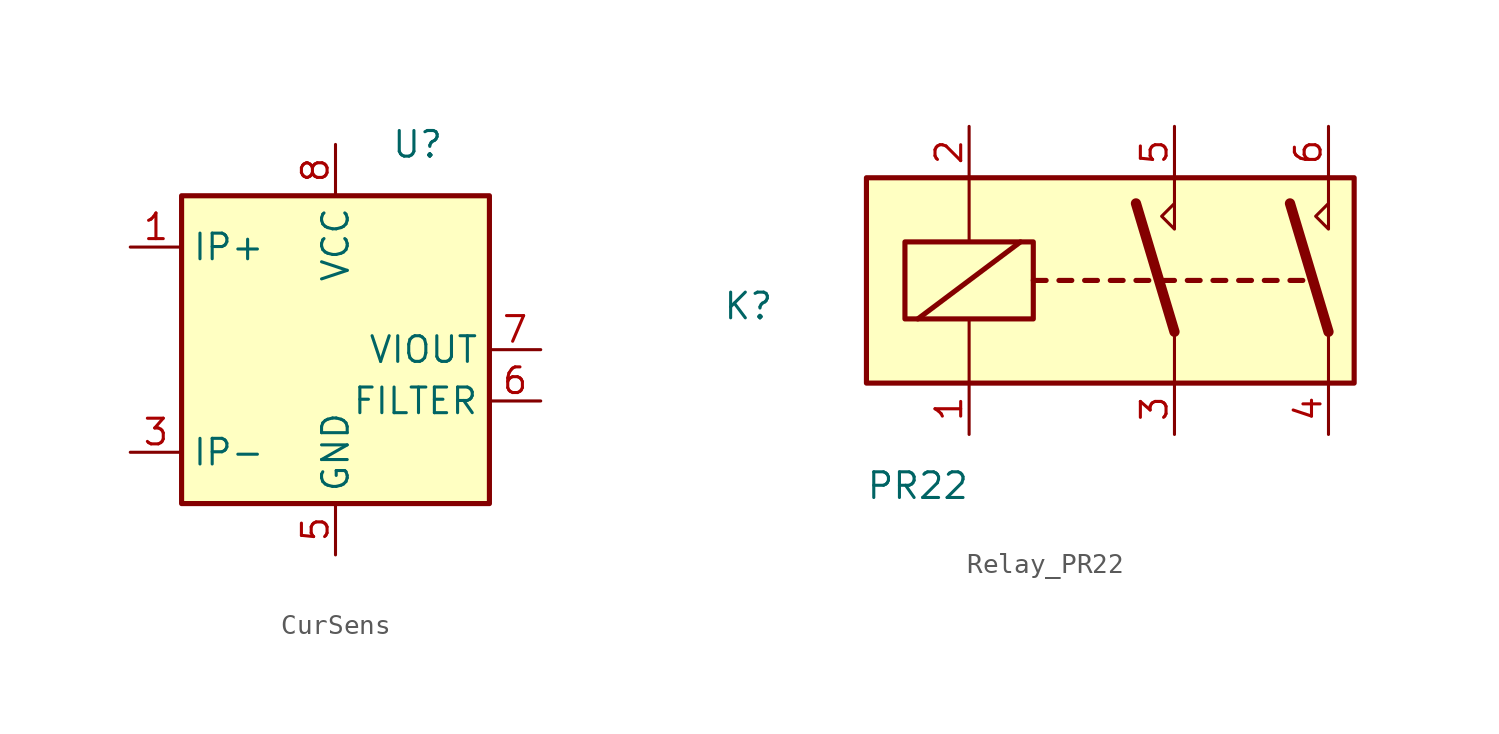
<source format=kicad_sym>
(kicad_symbol_lib
  (version 20231120)
  (generator "kicad_symbol_editor")
  (generator_version "8.0")
  (symbol "CurSens"
    (property "Reference" "U"
      (at 14.224 15.24 0)
      (effects (font (size 1.27 1.27))))
    (property "Value" ""
      (at 0 0 0)
      (effects (font (size 1.27 1.27))))
    (symbol "CurSens_0_1"
      (rectangle (start 2.54 12.7) (end 17.78 -2.54) (stroke (width 0.254) (type default)) (fill (type background))))
    (symbol "CurSens_1_1"
      (pin passive line (at 0 10.16 0) (length 2.54) (name "IP+" (effects (font (size 1.27 1.27)))) (number "1" (effects (font (size 1.27 1.27)))))
      (pin passive line (at 0 10.16 0) (length 2.54) hide (name "IP+" (effects (font (size 1.27 1.27)))) (number "2" (effects (font (size 1.27 1.27)))))
      (pin passive line (at 0 0 0) (length 2.54) (name "IP-" (effects (font (size 1.27 1.27)))) (number "3" (effects (font (size 1.27 1.27)))))
      (pin passive line (at 0 0 0) (length 2.54) hide (name "IP-" (effects (font (size 1.27 1.27)))) (number "4" (effects (font (size 1.27 1.27)))))
      (pin power_in line (at 10.16 -5.08 90) (length 2.54) (name "GND" (effects (font (size 1.27 1.27)))) (number "5" (effects (font (size 1.27 1.27)))))
      (pin passive line (at 20.32 2.54 180) (length 2.54) (name "FILTER" (effects (font (size 1.27 1.27)))) (number "6" (effects (font (size 1.27 1.27)))))
      (pin output line (at 20.32 5.08 180) (length 2.54) (name "VIOUT" (effects (font (size 1.27 1.27)))) (number "7" (effects (font (size 1.27 1.27)))))
      (pin power_in line (at 10.16 15.24 270) (length 2.54) (name "VCC" (effects (font (size 1.27 1.27)))) (number "8" (effects (font (size 1.27 1.27)))))))
  (symbol "Relay_PR22"
    (property "Reference" "K"
      (at -10.922 6.35 0)
      (effects (font (size 1.27 1.27))))
    (property "Value" "PR22"
      (at -2.54 -2.54 0)
      (effects (font (size 1.27 1.27))))
    (symbol "Relay_PR22_0_0"
      (polyline (pts (xy 10.16 12.7) (xy 10.16 10.16) (xy 9.525 10.795) (xy 10.16 11.43)) (stroke (width 0) (type default)) (fill (type none)))
      (polyline (pts (xy 17.78 12.7) (xy 17.78 10.16) (xy 17.145 10.795) (xy 17.78 11.43)) (stroke (width 0) (type default)) (fill (type none))))
    (symbol "Relay_PR22_0_1"
      (rectangle (start -5.08 12.7) (end 19.05 2.54) (stroke (width 0.254) (type default)) (fill (type background)))
      (rectangle (start -3.175 9.525) (end 3.175 5.715) (stroke (width 0.254) (type default)) (fill (type none)))
      (polyline (pts (xy -2.54 5.715) (xy 2.54 9.525)) (stroke (width 0.254) (type default)) (fill (type none)))
      (polyline (pts (xy 0 2.54) (xy 0 5.715)) (stroke (width 0) (type default)) (fill (type none)))
      (polyline (pts (xy 0 12.7) (xy 0 9.525)) (stroke (width 0) (type default)) (fill (type none)))
      (polyline (pts (xy 3.175 7.62) (xy 3.81 7.62)) (stroke (width 0.254) (type default)) (fill (type none)))
      (polyline (pts (xy 4.445 7.62) (xy 5.08 7.62)) (stroke (width 0.254) (type default)) (fill (type none)))
      (polyline (pts (xy 5.715 7.62) (xy 6.35 7.62)) (stroke (width 0.254) (type default)) (fill (type none)))
      (polyline (pts (xy 6.985 7.62) (xy 7.62 7.62)) (stroke (width 0.254) (type default)) (fill (type none)))
      (polyline (pts (xy 8.255 7.62) (xy 8.89 7.62)) (stroke (width 0.254) (type default)) (fill (type none)))
      (polyline (pts (xy 9.525 7.62) (xy 10.16 7.62)) (stroke (width 0.254) (type default)) (fill (type none)))
      (polyline (pts (xy 10.16 5.08) (xy 8.255 11.43)) (stroke (width 0.508) (type default)) (fill (type none)))
      (polyline (pts (xy 10.16 5.08) (xy 10.16 2.54)) (stroke (width 0) (type default)) (fill (type none)))
      (polyline (pts (xy 10.795 7.62) (xy 11.43 7.62)) (stroke (width 0.254) (type default)) (fill (type none)))
      (polyline (pts (xy 12.065 7.62) (xy 12.7 7.62)) (stroke (width 0.254) (type default)) (fill (type none)))
      (polyline (pts (xy 13.335 7.62) (xy 13.97 7.62)) (stroke (width 0.254) (type default)) (fill (type none)))
      (polyline (pts (xy 14.605 7.62) (xy 15.24 7.62)) (stroke (width 0.254) (type default)) (fill (type none)))
      (polyline (pts (xy 15.875 7.62) (xy 16.51 7.62)) (stroke (width 0.254) (type default)) (fill (type none)))
      (polyline (pts (xy 17.78 5.08) (xy 15.875 11.43)) (stroke (width 0.508) (type default)) (fill (type none)))
      (polyline (pts (xy 17.78 5.08) (xy 17.78 2.54)) (stroke (width 0) (type default)) (fill (type none))))
    (symbol "Relay_PR22_1_1"
      (pin passive line (at 0 0 90) (length 2.54) (name "~" (effects (font (size 1.27 1.27)))) (number "1" (effects (font (size 1.27 1.27)))))
      (pin passive line (at 0 15.24 270) (length 2.54) (name "~" (effects (font (size 1.27 1.27)))) (number "2" (effects (font (size 1.27 1.27)))))
      (pin passive line (at 10.16 0 90) (length 2.54) (name "~" (effects (font (size 1.27 1.27)))) (number "3" (effects (font (size 1.27 1.27)))))
      (pin passive line (at 17.78 0 90) (length 2.54) (name "~" (effects (font (size 1.27 1.27)))) (number "4" (effects (font (size 1.27 1.27)))))
      (pin passive line (at 10.16 15.24 270) (length 2.54) (name "~" (effects (font (size 1.27 1.27)))) (number "5" (effects (font (size 1.27 1.27)))))
      (pin passive line (at 17.78 15.24 270) (length 2.54) (name "~" (effects (font (size 1.27 1.27)))) (number "6" (effects (font (size 1.27 1.27))))))))
</source>
